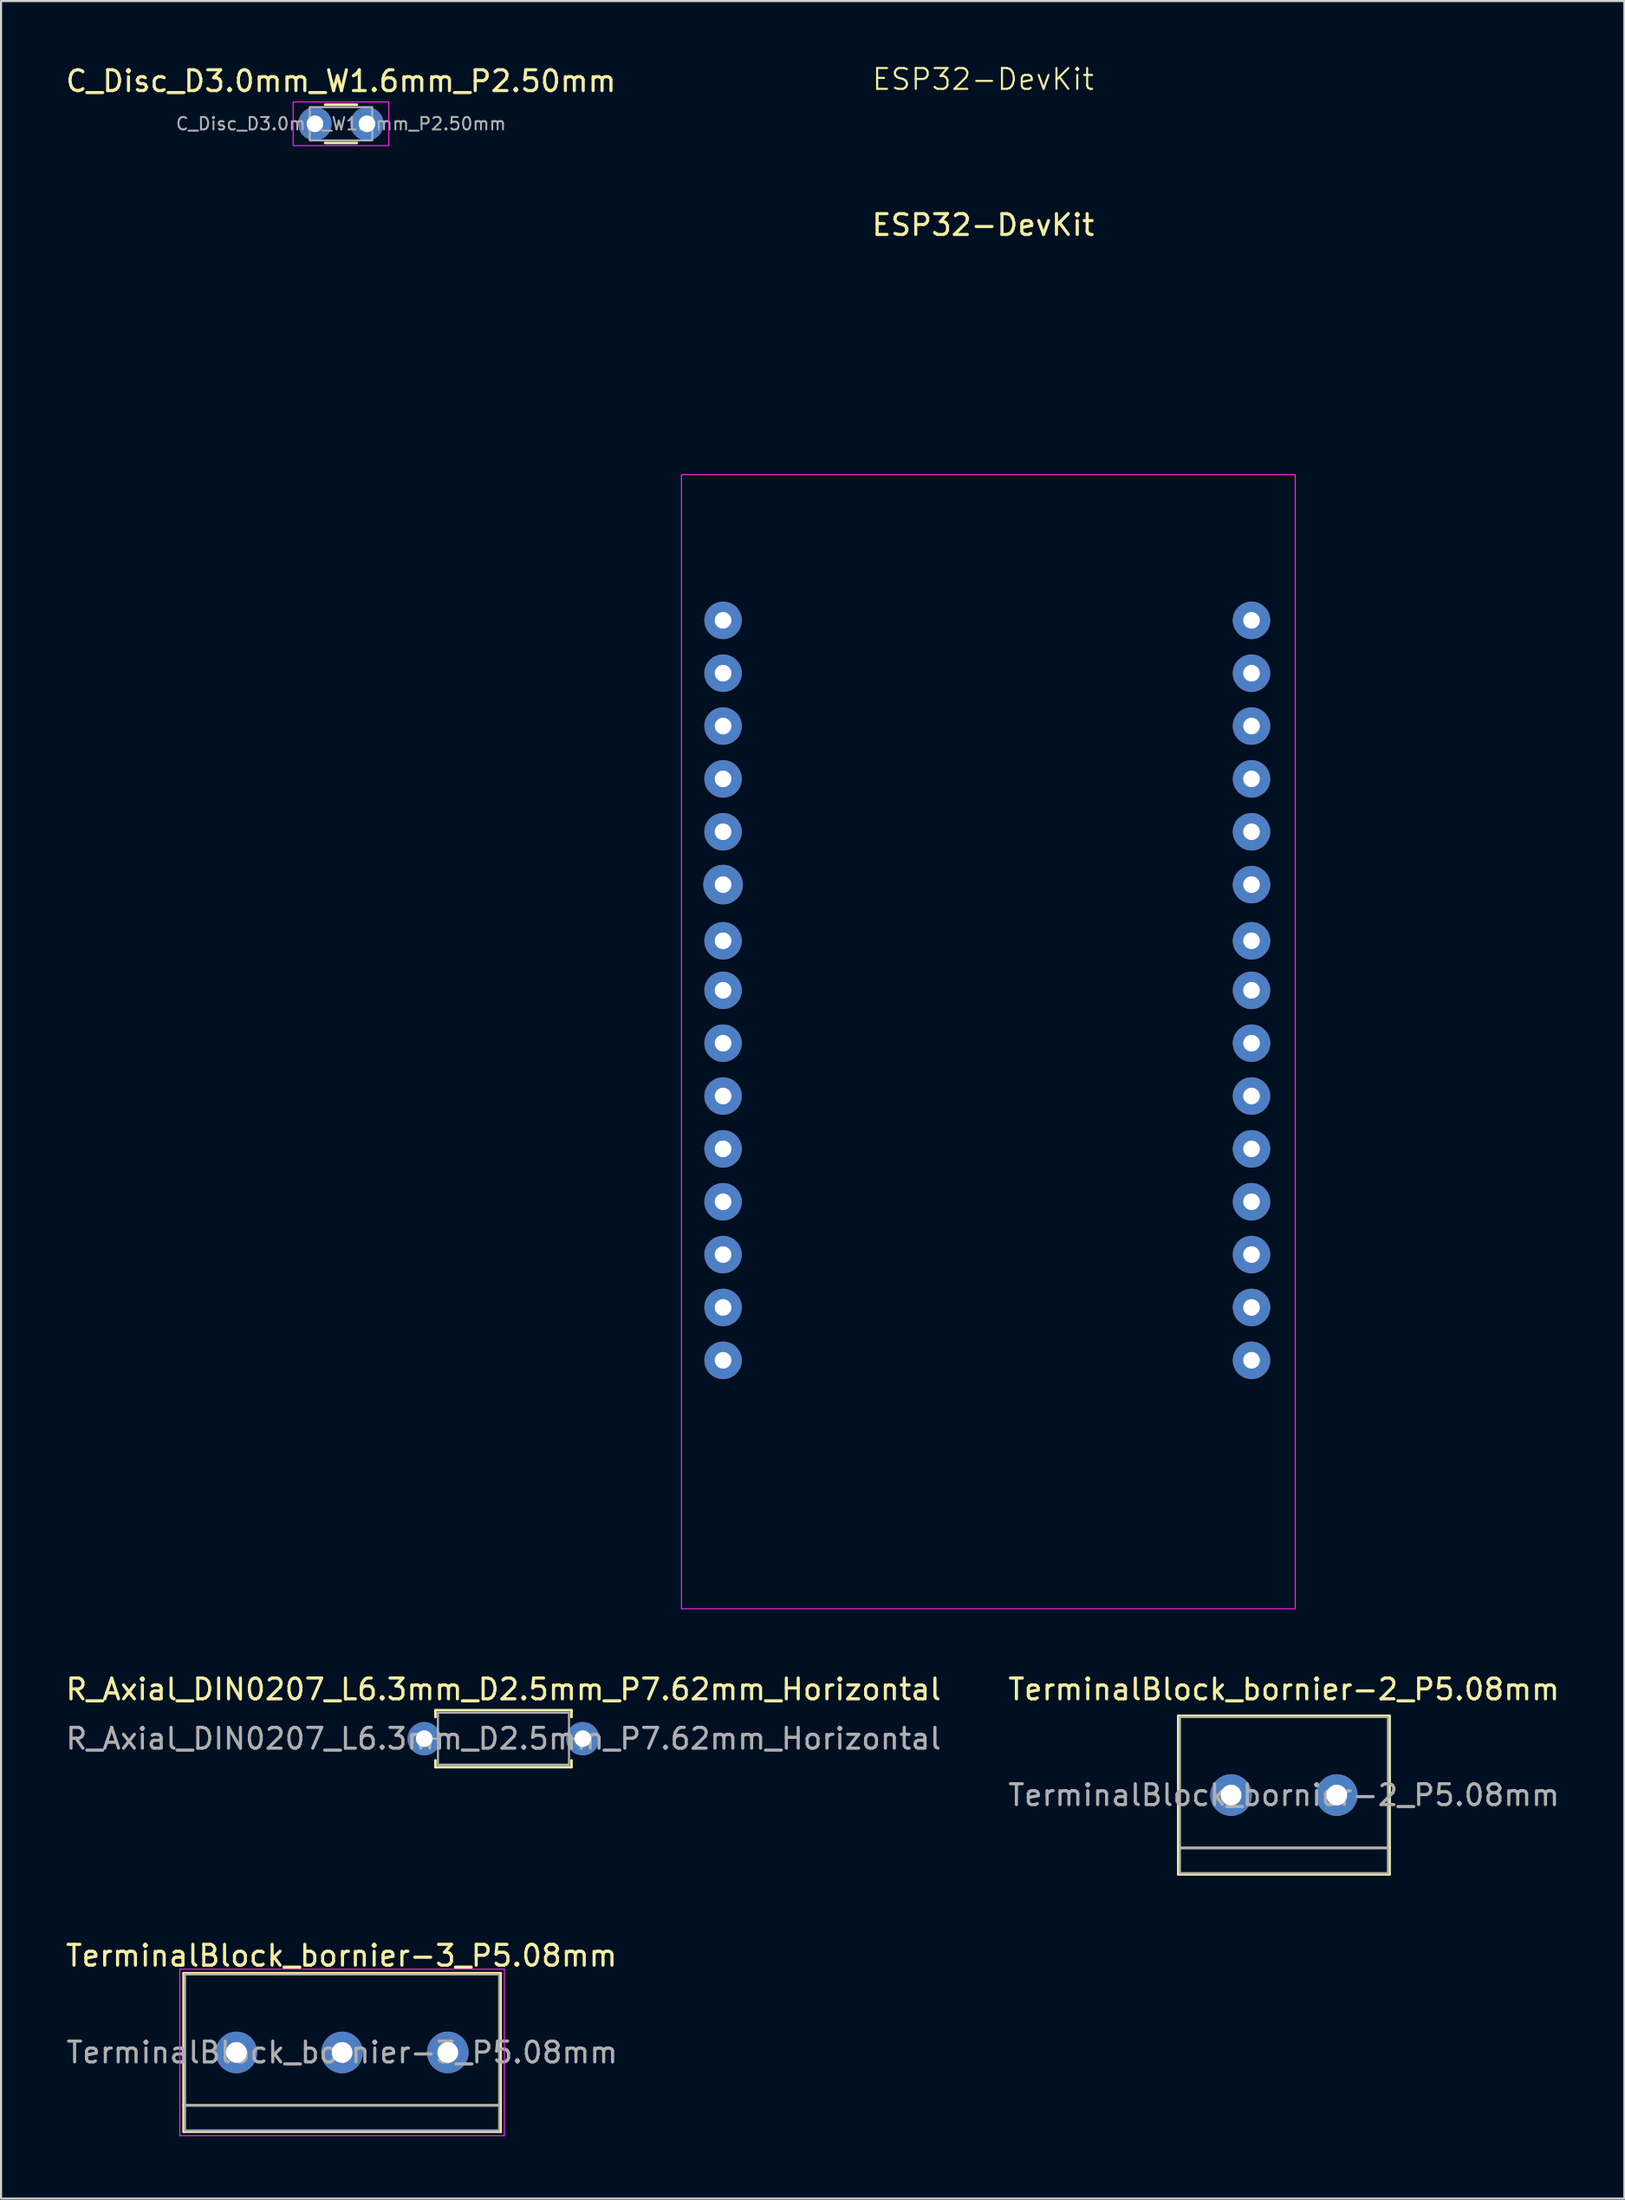
<source format=kicad_pcb>
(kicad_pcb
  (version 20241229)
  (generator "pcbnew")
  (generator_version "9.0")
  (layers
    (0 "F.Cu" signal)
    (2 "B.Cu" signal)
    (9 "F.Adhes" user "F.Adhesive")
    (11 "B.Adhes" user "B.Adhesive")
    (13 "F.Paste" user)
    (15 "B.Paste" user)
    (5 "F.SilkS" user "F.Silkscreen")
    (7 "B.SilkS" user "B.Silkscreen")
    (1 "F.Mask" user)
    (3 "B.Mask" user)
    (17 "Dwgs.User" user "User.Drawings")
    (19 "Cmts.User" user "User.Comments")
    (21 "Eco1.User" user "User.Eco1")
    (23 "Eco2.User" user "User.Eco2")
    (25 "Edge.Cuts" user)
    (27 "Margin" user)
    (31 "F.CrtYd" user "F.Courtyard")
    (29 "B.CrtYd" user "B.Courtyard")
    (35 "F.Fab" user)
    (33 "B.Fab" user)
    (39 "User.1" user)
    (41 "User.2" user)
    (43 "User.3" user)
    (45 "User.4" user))
  (footprint "TerminalBlock_bornier-2_P5.08mm"
    (layer "F.Cu")
    (at 56.121 83.214)
    (property "Reference" "TerminalBlock_bornier-2_P5.08mm" (at 2.54 -5.08 0) (layer "F.SilkS") (effects (font (size 1 1) (thickness 0.15))))
    (attr through_hole)
    (fp_line (start -2.54 -3.81) (end -2.54 3.81) (stroke (width 0.12) (type solid)) (layer "F.SilkS"))
    (fp_line (start -2.54 3.81) (end 7.62 3.81) (stroke (width 0.12) (type solid)) (layer "F.SilkS"))
    (fp_line (start 7.62 -3.81) (end -2.54 -3.81) (stroke (width 0.12) (type solid)) (layer "F.SilkS"))
    (fp_line (start 7.62 2.54) (end -2.54 2.54) (stroke (width 0.12) (type solid)) (layer "F.SilkS"))
    (fp_line (start 7.62 3.81) (end 7.62 -3.81) (stroke (width 0.12) (type solid)) (layer "F.SilkS"))
    (fp_line (start -2.46 -3.75) (end -2.46 3.75) (stroke (width 0.1) (type solid)) (layer "F.Fab"))
    (fp_line (start -2.46 3.75) (end 7.54 3.75) (stroke (width 0.1) (type solid)) (layer "F.Fab"))
    (fp_line (start -2.41 2.55) (end 7.49 2.55) (stroke (width 0.1) (type solid)) (layer "F.Fab"))
    (fp_line (start 7.54 -3.75) (end -2.46 -3.75) (stroke (width 0.1) (type solid)) (layer "F.Fab"))
    (fp_line (start 7.54 3.75) (end 7.54 -3.75) (stroke (width 0.1) (type solid)) (layer "F.Fab"))
    (fp_text user "${REFERENCE}" (at 2.54 0 0) (layer "F.Fab") (effects (font (size 1 1) (thickness 0.15))))
    (pad "1" thru_hole circle (at 0 0) (size 2 2) (drill 1) (layers "*.Cu" "*.Mask"))
    (pad "2" thru_hole circle (at 5.08 0) (size 2 2) (drill 1) (layers "*.Cu" "*.Mask")))
  (footprint "TerminalBlock_bornier-3_P5.08mm"
    (layer "F.Cu")
    (at 8.313 95.582)
    (property "Reference" "TerminalBlock_bornier-3_P5.08mm" (at 5.05 -4.65 0) (layer "F.SilkS") (effects (font (size 1 1) (thickness 0.15))))
    (attr through_hole)
    (fp_line (start -2.54 -3.81) (end 12.7 -3.81) (stroke (width 0.12) (type solid)) (layer "F.SilkS"))
    (fp_line (start -2.54 2.54) (end 12.7 2.54) (stroke (width 0.12) (type solid)) (layer "F.SilkS"))
    (fp_line (start -2.54 3.81) (end -2.54 -3.81) (stroke (width 0.12) (type solid)) (layer "F.SilkS"))
    (fp_line (start -2.54 3.81) (end 12.7 3.81) (stroke (width 0.12) (type solid)) (layer "F.SilkS"))
    (fp_line (start 12.7 3.81) (end 12.7 -3.81) (stroke (width 0.12) (type solid)) (layer "F.SilkS"))
    (fp_line (start -2.72 -4) (end -2.72 4) (stroke (width 0.05) (type solid)) (layer "F.CrtYd"))
    (fp_line (start -2.72 -4) (end 12.88 -4) (stroke (width 0.05) (type solid)) (layer "F.CrtYd"))
    (fp_line (start 12.88 4) (end -2.72 4) (stroke (width 0.05) (type solid)) (layer "F.CrtYd"))
    (fp_line (start 12.88 4) (end 12.88 -4) (stroke (width 0.05) (type solid)) (layer "F.CrtYd"))
    (fp_line (start -2.47 -3.75) (end 12.63 -3.75) (stroke (width 0.1) (type solid)) (layer "F.Fab"))
    (fp_line (start -2.47 2.55) (end 12.63 2.55) (stroke (width 0.1) (type solid)) (layer "F.Fab"))
    (fp_line (start -2.47 3.75) (end -2.47 -3.75) (stroke (width 0.1) (type solid)) (layer "F.Fab"))
    (fp_line (start 12.63 -3.75) (end 12.63 3.75) (stroke (width 0.1) (type solid)) (layer "F.Fab"))
    (fp_line (start 12.63 3.75) (end -2.47 3.75) (stroke (width 0.1) (type solid)) (layer "F.Fab"))
    (fp_text user "${REFERENCE}" (at 5.08 0 0) (layer "F.Fab") (effects (font (size 1 1) (thickness 0.15))))
    (pad "1" thru_hole circle (at 0 0) (size 2 2) (drill 1) (layers "*.Cu" "*.Mask"))
    (pad "2" thru_hole circle (at 5.08 0) (size 2 2) (drill 1) (layers "*.Cu" "*.Mask"))
    (pad "3" thru_hole circle (at 10.16 0) (size 2 2) (drill 1) (layers "*.Cu" "*.Mask")))
  (footprint "ESP32-DevKit"
    (layer "F.Cu")
    (at 30.204 16.761)
    (property "Reference" "ESP32-DevKit" (at 14 -16 0) (unlocked yes) (layer "F.SilkS") (effects (font (size 1 1) (thickness 0.1))))
    (attr through_hole)
    (fp_rect (start -0.5 3) (end 29 57.5) (stroke (width 0.05) (type default)) (fill no) (layer "F.CrtYd"))
    (fp_text user "${REFERENCE}" (at 14 -9 0) (unlocked yes) (layer "F.SilkS") (effects (font (size 1 1) (thickness 0.15))))
    (pad "1" thru_hole circle (at 1.5 10) (size 1.8 1.8) (drill 0.8) (layers "*.Cu" "*.Mask"))
    (pad "2" thru_hole circle (at 1.5 12.54) (size 1.8 1.8) (drill 0.8) (layers "*.Cu" "*.Mask"))
    (pad "3" thru_hole circle (at 1.5 15.08) (size 1.8 1.8) (drill 0.8) (layers "*.Cu" "*.Mask"))
    (pad "4" thru_hole circle (at 1.5 17.62) (size 1.8 1.8) (drill 0.8) (layers "*.Cu" "*.Mask"))
    (pad "5" thru_hole circle (at 1.5 20.16) (size 1.8 1.8) (drill 0.8) (layers "*.Cu" "*.Mask"))
    (pad "6" thru_hole circle (at 1.5 22.7) (size 1.9 1.9) (drill 0.8) (layers "*.Cu" "*.Mask"))
    (pad "7" thru_hole circle (at 1.5 25.4) (size 1.8 1.8) (drill 0.8) (layers "*.Cu" "*.Mask"))
    (pad "8" thru_hole circle (at 1.5 27.78) (size 1.8 1.8) (drill 0.8) (layers "*.Cu" "*.Mask"))
    (pad "9" thru_hole circle (at 1.5 32.86) (size 1.8 1.8) (drill 0.8) (layers "*.Cu" "*.Mask"))
    (pad "10" thru_hole circle (at 1.5 30.32) (size 1.8 1.8) (drill 0.8) (layers "*.Cu" "*.Mask"))
    (pad "11" thru_hole circle (at 1.5 35.4) (size 1.8 1.8) (drill 0.8) (layers "*.Cu" "*.Mask"))
    (pad "12" thru_hole circle (at 1.5 37.94) (size 1.8 1.8) (drill 0.8) (layers "*.Cu" "*.Mask"))
    (pad "13" thru_hole circle (at 1.5 40.48) (size 1.8 1.8) (drill 0.8) (layers "*.Cu" "*.Mask"))
    (pad "14" thru_hole circle (at 1.5 43.02) (size 1.8 1.8) (drill 0.8) (layers "*.Cu" "*.Mask"))
    (pad "15" thru_hole circle (at 1.5 45.56) (size 1.8 1.8) (drill 0.8) (layers "*.Cu" "*.Mask"))
    (pad "16" thru_hole circle (at 26.9 10) (size 1.8 1.8) (drill 0.8) (layers "*.Cu" "*.Mask"))
    (pad "17" thru_hole circle (at 26.9 12.54) (size 1.8 1.8) (drill 0.8) (layers "*.Cu" "*.Mask"))
    (pad "18" thru_hole circle (at 26.9 15.08) (size 1.8 1.8) (drill 0.8) (layers "*.Cu" "*.Mask"))
    (pad "19" thru_hole circle (at 26.9 17.62) (size 1.8 1.8) (drill 0.8) (layers "*.Cu" "*.Mask"))
    (pad "20" thru_hole circle (at 26.9 20.16) (size 1.8 1.8) (drill 0.8) (layers "*.Cu" "*.Mask"))
    (pad "21" thru_hole circle (at 26.9 22.7) (size 1.8 1.8) (drill 0.8) (layers "*.Cu" "*.Mask"))
    (pad "22" thru_hole circle (at 26.9 25.4) (size 1.8 1.8) (drill 0.8) (layers "*.Cu" "*.Mask"))
    (pad "23" thru_hole circle (at 26.9 27.78) (size 1.8 1.8) (drill 0.8) (layers "*.Cu" "*.Mask"))
    (pad "24" thru_hole circle (at 26.9 30.32) (size 1.8 1.8) (drill 0.8) (layers "*.Cu" "*.Mask"))
    (pad "25" thru_hole circle (at 26.9 32.86) (size 1.8 1.8) (drill 0.8) (layers "*.Cu" "*.Mask"))
    (pad "26" thru_hole circle (at 26.9 35.4) (size 1.8 1.8) (drill 0.8) (layers "*.Cu" "*.Mask"))
    (pad "27" thru_hole circle (at 26.9 37.94) (size 1.8 1.8) (drill 0.8) (layers "*.Cu" "*.Mask"))
    (pad "28" thru_hole circle (at 26.9 40.48) (size 1.8 1.8) (drill 0.8) (layers "*.Cu" "*.Mask"))
    (pad "29" thru_hole circle (at 26.9 43.02) (size 1.8 1.8) (drill 0.8) (layers "*.Cu" "*.Mask"))
    (pad "30" thru_hole circle (at 26.9 45.56) (size 1.8 1.8) (drill 0.8) (layers "*.Cu" "*.Mask")))
  (footprint "R_Axial_DIN0207_L6.3mm_D2.5mm_P7.62mm_Horizontal"
    (layer "F.Cu")
    (at 17.339 80.504)
    (property "Reference" "R_Axial_DIN0207_L6.3mm_D2.5mm_P7.62mm_Horizontal" (at 3.81 -2.37 0) (layer "F.SilkS") (effects (font (size 1 1) (thickness 0.15))))
    (attr through_hole)
    (fp_line (start 0.54 -1.37) (end 7.08 -1.37) (stroke (width 0.12) (type solid)) (layer "F.SilkS"))
    (fp_line (start 0.54 -1.04) (end 0.54 -1.37) (stroke (width 0.12) (type solid)) (layer "F.SilkS"))
    (fp_line (start 0.54 1.04) (end 0.54 1.37) (stroke (width 0.12) (type solid)) (layer "F.SilkS"))
    (fp_line (start 0.54 1.37) (end 7.08 1.37) (stroke (width 0.12) (type solid)) (layer "F.SilkS"))
    (fp_line (start 7.08 -1.37) (end 7.08 -1.04) (stroke (width 0.12) (type solid)) (layer "F.SilkS"))
    (fp_line (start 7.08 1.37) (end 7.08 1.04) (stroke (width 0.12) (type solid)) (layer "F.SilkS"))
    (fp_line (start 0 0) (end 0.66 0) (stroke (width 0.1) (type solid)) (layer "F.Fab"))
    (fp_line (start 7.62 0) (end 6.96 0) (stroke (width 0.1) (type solid)) (layer "F.Fab"))
    (fp_rect (start 0.66 -1.25) (end 6.96 1.25) (stroke (width 0.1) (type solid)) (fill no) (layer "F.Fab"))
    (fp_text user "${REFERENCE}" (at 3.81 0 0) (layer "F.Fab") (effects (font (size 1 1) (thickness 0.15))))
    (pad "1" thru_hole circle (at 0 0) (size 1.6 1.6) (drill 0.8) (layers "*.Cu" "*.Mask"))
    (pad "2" thru_hole circle (at 7.62 0) (size 1.6 1.6) (drill 0.8) (layers "*.Cu" "*.Mask")))
  (footprint "C_Disc_D3.0mm_W1.6mm_P2.50mm"
    (layer "F.Cu")
    (at 12.089 2.898)
    (property "Reference" "C_Disc_D3.0mm_W1.6mm_P2.50mm" (at 1.25 -2.05 0) (layer "F.SilkS") (effects (font (size 1 1) (thickness 0.15))))
    (attr through_hole)
    (fp_line (start 0.485 -0.92) (end 2.015 -0.92) (stroke (width 0.12) (type solid)) (layer "F.SilkS"))
    (fp_line (start 0.485 0.92) (end 2.015 0.92) (stroke (width 0.12) (type solid)) (layer "F.SilkS"))
    (fp_rect (start -1.05 -1.05) (end 3.55 1.05) (stroke (width 0.05) (type solid)) (fill no) (layer "F.CrtYd"))
    (fp_rect (start -0.25 -0.8) (end 2.75 0.8) (stroke (width 0.1) (type solid)) (fill no) (layer "F.Fab"))
    (fp_text user "${REFERENCE}" (at 1.25 0 0) (layer "F.Fab") (effects (font (size 0.6 0.6) (thickness 0.09))))
    (pad "1" thru_hole circle (at 0 0) (size 1.6 1.6) (drill 0.8) (layers "*.Cu" "*.Mask"))
    (pad "2" thru_hole circle (at 2.5 0) (size 1.6 1.6) (drill 0.8) (layers "*.Cu" "*.Mask")))
  (gr_rect
    (start -3 -3)
    (end 75.024 102.607)
    (stroke (width 0.1) (type default))
    (fill no)
    (layer "Edge.Cuts")))
</source>
